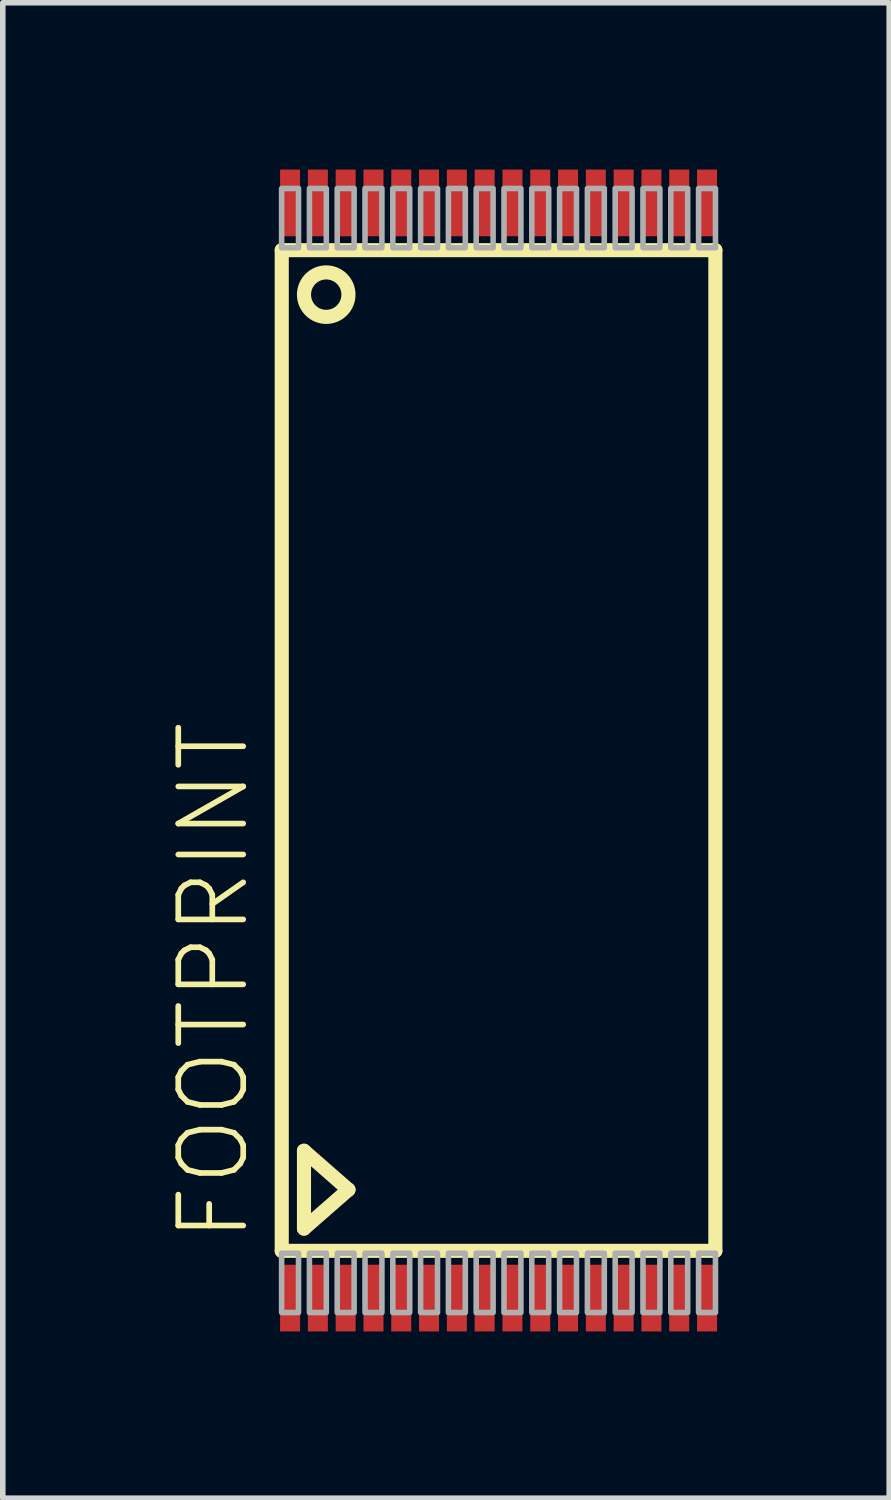
<source format=kicad_pcb>
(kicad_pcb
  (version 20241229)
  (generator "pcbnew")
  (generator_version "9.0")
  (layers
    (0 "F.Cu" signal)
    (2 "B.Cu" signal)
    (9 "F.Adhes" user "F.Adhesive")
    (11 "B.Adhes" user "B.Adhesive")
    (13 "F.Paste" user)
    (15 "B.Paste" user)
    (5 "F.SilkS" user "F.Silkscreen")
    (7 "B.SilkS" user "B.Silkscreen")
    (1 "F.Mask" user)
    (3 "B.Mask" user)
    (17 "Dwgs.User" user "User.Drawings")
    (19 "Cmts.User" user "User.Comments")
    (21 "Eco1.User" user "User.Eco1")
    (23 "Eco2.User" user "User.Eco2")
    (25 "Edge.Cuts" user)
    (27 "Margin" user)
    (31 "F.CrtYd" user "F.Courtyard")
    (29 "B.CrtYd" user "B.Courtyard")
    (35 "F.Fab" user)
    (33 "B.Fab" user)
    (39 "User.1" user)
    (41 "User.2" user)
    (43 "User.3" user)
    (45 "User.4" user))
  (footprint "FOOTPRINT"
    (layer "F.Cu")
    (at 5.918 10.45)
    (property "Reference" "FOOTPRINT" (at -4.445 8.89 90) (layer "F.SilkS") (effects (font (size 1.168 1.168) (thickness 0.102)) (justify left bottom)))
    (fp_line (start -3.9 -9) (end 3.9 -9) (stroke (width 0.254) (type solid)) (layer "F.SilkS"))
    (fp_line (start -3.9 9) (end -3.9 -9) (stroke (width 0.254) (type solid)) (layer "F.SilkS"))
    (fp_line (start -3.5 7.2) (end -3.5 8.6) (stroke (width 0.254) (type solid)) (layer "F.SilkS"))
    (fp_line (start -3.5 8.6) (end -2.7 7.9) (stroke (width 0.254) (type solid)) (layer "F.SilkS"))
    (fp_line (start -2.7 7.9) (end -3.5 7.2) (stroke (width 0.254) (type solid)) (layer "F.SilkS"))
    (fp_line (start 3.9 -9) (end 3.9 9) (stroke (width 0.254) (type solid)) (layer "F.SilkS"))
    (fp_line (start 3.9 9) (end -3.9 9) (stroke (width 0.254) (type solid)) (layer "F.SilkS"))
    (fp_circle (center -3.1 -8.2) (end -2.7 -8.2) (stroke (width 0.254) (type solid)) (fill no) (layer "F.SilkS"))
    (fp_poly (pts (xy -3.902 -9.043) (xy -3.598 -9.043) (xy -3.598 -10.11) (xy -3.902 -10.11)) (stroke (width 0.1) (type solid)) (fill no) (layer "F.Fab"))
    (fp_poly (pts (xy -3.902 10.11) (xy -3.598 10.11) (xy -3.598 9.043) (xy -3.902 9.043)) (stroke (width 0.1) (type solid)) (fill no) (layer "F.Fab"))
    (fp_poly (pts (xy -3.402 -9.043) (xy -3.098 -9.043) (xy -3.098 -10.11) (xy -3.402 -10.11)) (stroke (width 0.1) (type solid)) (fill no) (layer "F.Fab"))
    (fp_poly (pts (xy -3.402 10.11) (xy -3.098 10.11) (xy -3.098 9.043) (xy -3.402 9.043)) (stroke (width 0.1) (type solid)) (fill no) (layer "F.Fab"))
    (fp_poly (pts (xy -2.902 -9.043) (xy -2.598 -9.043) (xy -2.598 -10.11) (xy -2.902 -10.11)) (stroke (width 0.1) (type solid)) (fill no) (layer "F.Fab"))
    (fp_poly (pts (xy -2.902 10.11) (xy -2.598 10.11) (xy -2.598 9.043) (xy -2.902 9.043)) (stroke (width 0.1) (type solid)) (fill no) (layer "F.Fab"))
    (fp_poly (pts (xy -2.402 -9.043) (xy -2.098 -9.043) (xy -2.098 -10.11) (xy -2.402 -10.11)) (stroke (width 0.1) (type solid)) (fill no) (layer "F.Fab"))
    (fp_poly (pts (xy -2.402 10.11) (xy -2.098 10.11) (xy -2.098 9.043) (xy -2.402 9.043)) (stroke (width 0.1) (type solid)) (fill no) (layer "F.Fab"))
    (fp_poly (pts (xy -1.902 -9.043) (xy -1.598 -9.043) (xy -1.598 -10.11) (xy -1.902 -10.11)) (stroke (width 0.1) (type solid)) (fill no) (layer "F.Fab"))
    (fp_poly (pts (xy -1.902 10.11) (xy -1.598 10.11) (xy -1.598 9.043) (xy -1.902 9.043)) (stroke (width 0.1) (type solid)) (fill no) (layer "F.Fab"))
    (fp_poly (pts (xy -1.402 -9.043) (xy -1.098 -9.043) (xy -1.098 -10.11) (xy -1.402 -10.11)) (stroke (width 0.1) (type solid)) (fill no) (layer "F.Fab"))
    (fp_poly (pts (xy -1.402 10.11) (xy -1.098 10.11) (xy -1.098 9.043) (xy -1.402 9.043)) (stroke (width 0.1) (type solid)) (fill no) (layer "F.Fab"))
    (fp_poly (pts (xy -0.902 -9.043) (xy -0.598 -9.043) (xy -0.598 -10.11) (xy -0.902 -10.11)) (stroke (width 0.1) (type solid)) (fill no) (layer "F.Fab"))
    (fp_poly (pts (xy -0.902 10.11) (xy -0.598 10.11) (xy -0.598 9.043) (xy -0.902 9.043)) (stroke (width 0.1) (type solid)) (fill no) (layer "F.Fab"))
    (fp_poly (pts (xy -0.402 -9.043) (xy -0.098 -9.043) (xy -0.098 -10.11) (xy -0.402 -10.11)) (stroke (width 0.1) (type solid)) (fill no) (layer "F.Fab"))
    (fp_poly (pts (xy -0.402 10.11) (xy -0.098 10.11) (xy -0.098 9.043) (xy -0.402 9.043)) (stroke (width 0.1) (type solid)) (fill no) (layer "F.Fab"))
    (fp_poly (pts (xy 0.098 -9.043) (xy 0.402 -9.043) (xy 0.402 -10.11) (xy 0.098 -10.11)) (stroke (width 0.1) (type solid)) (fill no) (layer "F.Fab"))
    (fp_poly (pts (xy 0.098 10.11) (xy 0.402 10.11) (xy 0.402 9.043) (xy 0.098 9.043)) (stroke (width 0.1) (type solid)) (fill no) (layer "F.Fab"))
    (fp_poly (pts (xy 0.598 -9.043) (xy 0.902 -9.043) (xy 0.902 -10.11) (xy 0.598 -10.11)) (stroke (width 0.1) (type solid)) (fill no) (layer "F.Fab"))
    (fp_poly (pts (xy 0.598 10.11) (xy 0.902 10.11) (xy 0.902 9.043) (xy 0.598 9.043)) (stroke (width 0.1) (type solid)) (fill no) (layer "F.Fab"))
    (fp_poly (pts (xy 1.098 -9.043) (xy 1.402 -9.043) (xy 1.402 -10.11) (xy 1.098 -10.11)) (stroke (width 0.1) (type solid)) (fill no) (layer "F.Fab"))
    (fp_poly (pts (xy 1.098 10.11) (xy 1.402 10.11) (xy 1.402 9.043) (xy 1.098 9.043)) (stroke (width 0.1) (type solid)) (fill no) (layer "F.Fab"))
    (fp_poly (pts (xy 1.598 -9.043) (xy 1.902 -9.043) (xy 1.902 -10.11) (xy 1.598 -10.11)) (stroke (width 0.1) (type solid)) (fill no) (layer "F.Fab"))
    (fp_poly (pts (xy 1.598 10.11) (xy 1.902 10.11) (xy 1.902 9.043) (xy 1.598 9.043)) (stroke (width 0.1) (type solid)) (fill no) (layer "F.Fab"))
    (fp_poly (pts (xy 2.098 -9.043) (xy 2.402 -9.043) (xy 2.402 -10.11) (xy 2.098 -10.11)) (stroke (width 0.1) (type solid)) (fill no) (layer "F.Fab"))
    (fp_poly (pts (xy 2.098 10.11) (xy 2.402 10.11) (xy 2.402 9.043) (xy 2.098 9.043)) (stroke (width 0.1) (type solid)) (fill no) (layer "F.Fab"))
    (fp_poly (pts (xy 2.598 -9.043) (xy 2.902 -9.043) (xy 2.902 -10.11) (xy 2.598 -10.11)) (stroke (width 0.1) (type solid)) (fill no) (layer "F.Fab"))
    (fp_poly (pts (xy 2.598 10.11) (xy 2.902 10.11) (xy 2.902 9.043) (xy 2.598 9.043)) (stroke (width 0.1) (type solid)) (fill no) (layer "F.Fab"))
    (fp_poly (pts (xy 3.098 -9.043) (xy 3.402 -9.043) (xy 3.402 -10.11) (xy 3.098 -10.11)) (stroke (width 0.1) (type solid)) (fill no) (layer "F.Fab"))
    (fp_poly (pts (xy 3.098 10.11) (xy 3.402 10.11) (xy 3.402 9.043) (xy 3.098 9.043)) (stroke (width 0.1) (type solid)) (fill no) (layer "F.Fab"))
    (fp_poly (pts (xy 3.598 -9.043) (xy 3.902 -9.043) (xy 3.902 -10.11) (xy 3.598 -10.11)) (stroke (width 0.1) (type solid)) (fill no) (layer "F.Fab"))
    (fp_poly (pts (xy 3.598 10.11) (xy 3.902 10.11) (xy 3.902 9.043) (xy 3.598 9.043)) (stroke (width 0.1) (type solid)) (fill no) (layer "F.Fab"))
    (pad "1" smd rect (at -3.75 9.85) (size 0.36 1.2) (layers "F.Cu" "F.Mask" "F.Paste"))
    (pad "2" smd rect (at -3.25 9.85) (size 0.36 1.2) (layers "F.Cu" "F.Mask" "F.Paste"))
    (pad "3" smd rect (at -2.75 9.85) (size 0.36 1.2) (layers "F.Cu" "F.Mask" "F.Paste"))
    (pad "4" smd rect (at -2.25 9.85) (size 0.36 1.2) (layers "F.Cu" "F.Mask" "F.Paste"))
    (pad "5" smd rect (at -1.75 9.85) (size 0.36 1.2) (layers "F.Cu" "F.Mask" "F.Paste"))
    (pad "6" smd rect (at -1.25 9.85) (size 0.36 1.2) (layers "F.Cu" "F.Mask" "F.Paste"))
    (pad "7" smd rect (at -0.75 9.85) (size 0.36 1.2) (layers "F.Cu" "F.Mask" "F.Paste"))
    (pad "8" smd rect (at -0.25 9.85) (size 0.36 1.2) (layers "F.Cu" "F.Mask" "F.Paste"))
    (pad "9" smd rect (at 0.25 9.85) (size 0.36 1.2) (layers "F.Cu" "F.Mask" "F.Paste"))
    (pad "10" smd rect (at 0.75 9.85) (size 0.36 1.2) (layers "F.Cu" "F.Mask" "F.Paste"))
    (pad "11" smd rect (at 1.25 9.85) (size 0.36 1.2) (layers "F.Cu" "F.Mask" "F.Paste"))
    (pad "12" smd rect (at 1.75 9.85) (size 0.36 1.2) (layers "F.Cu" "F.Mask" "F.Paste"))
    (pad "13" smd rect (at 2.25 9.85) (size 0.36 1.2) (layers "F.Cu" "F.Mask" "F.Paste"))
    (pad "14" smd rect (at 2.75 9.85) (size 0.36 1.2) (layers "F.Cu" "F.Mask" "F.Paste"))
    (pad "15" smd rect (at 3.25 9.85) (size 0.36 1.2) (layers "F.Cu" "F.Mask" "F.Paste"))
    (pad "16" smd rect (at 3.75 9.85) (size 0.36 1.2) (layers "F.Cu" "F.Mask" "F.Paste"))
    (pad "17" smd rect (at 3.75 -9.85) (size 0.36 1.2) (layers "F.Cu" "F.Mask" "F.Paste"))
    (pad "18" smd rect (at 3.25 -9.85) (size 0.36 1.2) (layers "F.Cu" "F.Mask" "F.Paste"))
    (pad "19" smd rect (at 2.75 -9.85) (size 0.36 1.2) (layers "F.Cu" "F.Mask" "F.Paste"))
    (pad "20" smd rect (at 2.25 -9.85) (size 0.36 1.2) (layers "F.Cu" "F.Mask" "F.Paste"))
    (pad "21" smd rect (at 1.75 -9.85) (size 0.36 1.2) (layers "F.Cu" "F.Mask" "F.Paste"))
    (pad "22" smd rect (at 1.25 -9.85) (size 0.36 1.2) (layers "F.Cu" "F.Mask" "F.Paste"))
    (pad "23" smd rect (at 0.75 -9.85) (size 0.36 1.2) (layers "F.Cu" "F.Mask" "F.Paste"))
    (pad "24" smd rect (at 0.25 -9.85) (size 0.36 1.2) (layers "F.Cu" "F.Mask" "F.Paste"))
    (pad "25" smd rect (at -0.25 -9.85) (size 0.36 1.2) (layers "F.Cu" "F.Mask" "F.Paste"))
    (pad "26" smd rect (at -0.75 -9.85) (size 0.36 1.2) (layers "F.Cu" "F.Mask" "F.Paste"))
    (pad "27" smd rect (at -1.25 -9.85) (size 0.36 1.2) (layers "F.Cu" "F.Mask" "F.Paste"))
    (pad "28" smd rect (at -1.75 -9.85) (size 0.36 1.2) (layers "F.Cu" "F.Mask" "F.Paste"))
    (pad "29" smd rect (at -2.25 -9.85) (size 0.36 1.2) (layers "F.Cu" "F.Mask" "F.Paste"))
    (pad "30" smd rect (at -2.75 -9.85) (size 0.36 1.2) (layers "F.Cu" "F.Mask" "F.Paste"))
    (pad "31" smd rect (at -3.25 -9.85) (size 0.36 1.2) (layers "F.Cu" "F.Mask" "F.Paste"))
    (pad "32" smd rect (at -3.75 -9.85) (size 0.36 1.2) (layers "F.Cu" "F.Mask" "F.Paste")))
  (gr_rect
    (start -3 -3)
    (end 12.945 23.9)
    (stroke (width 0.1) (type default))
    (fill no)
    (layer "Edge.Cuts")))
</source>
